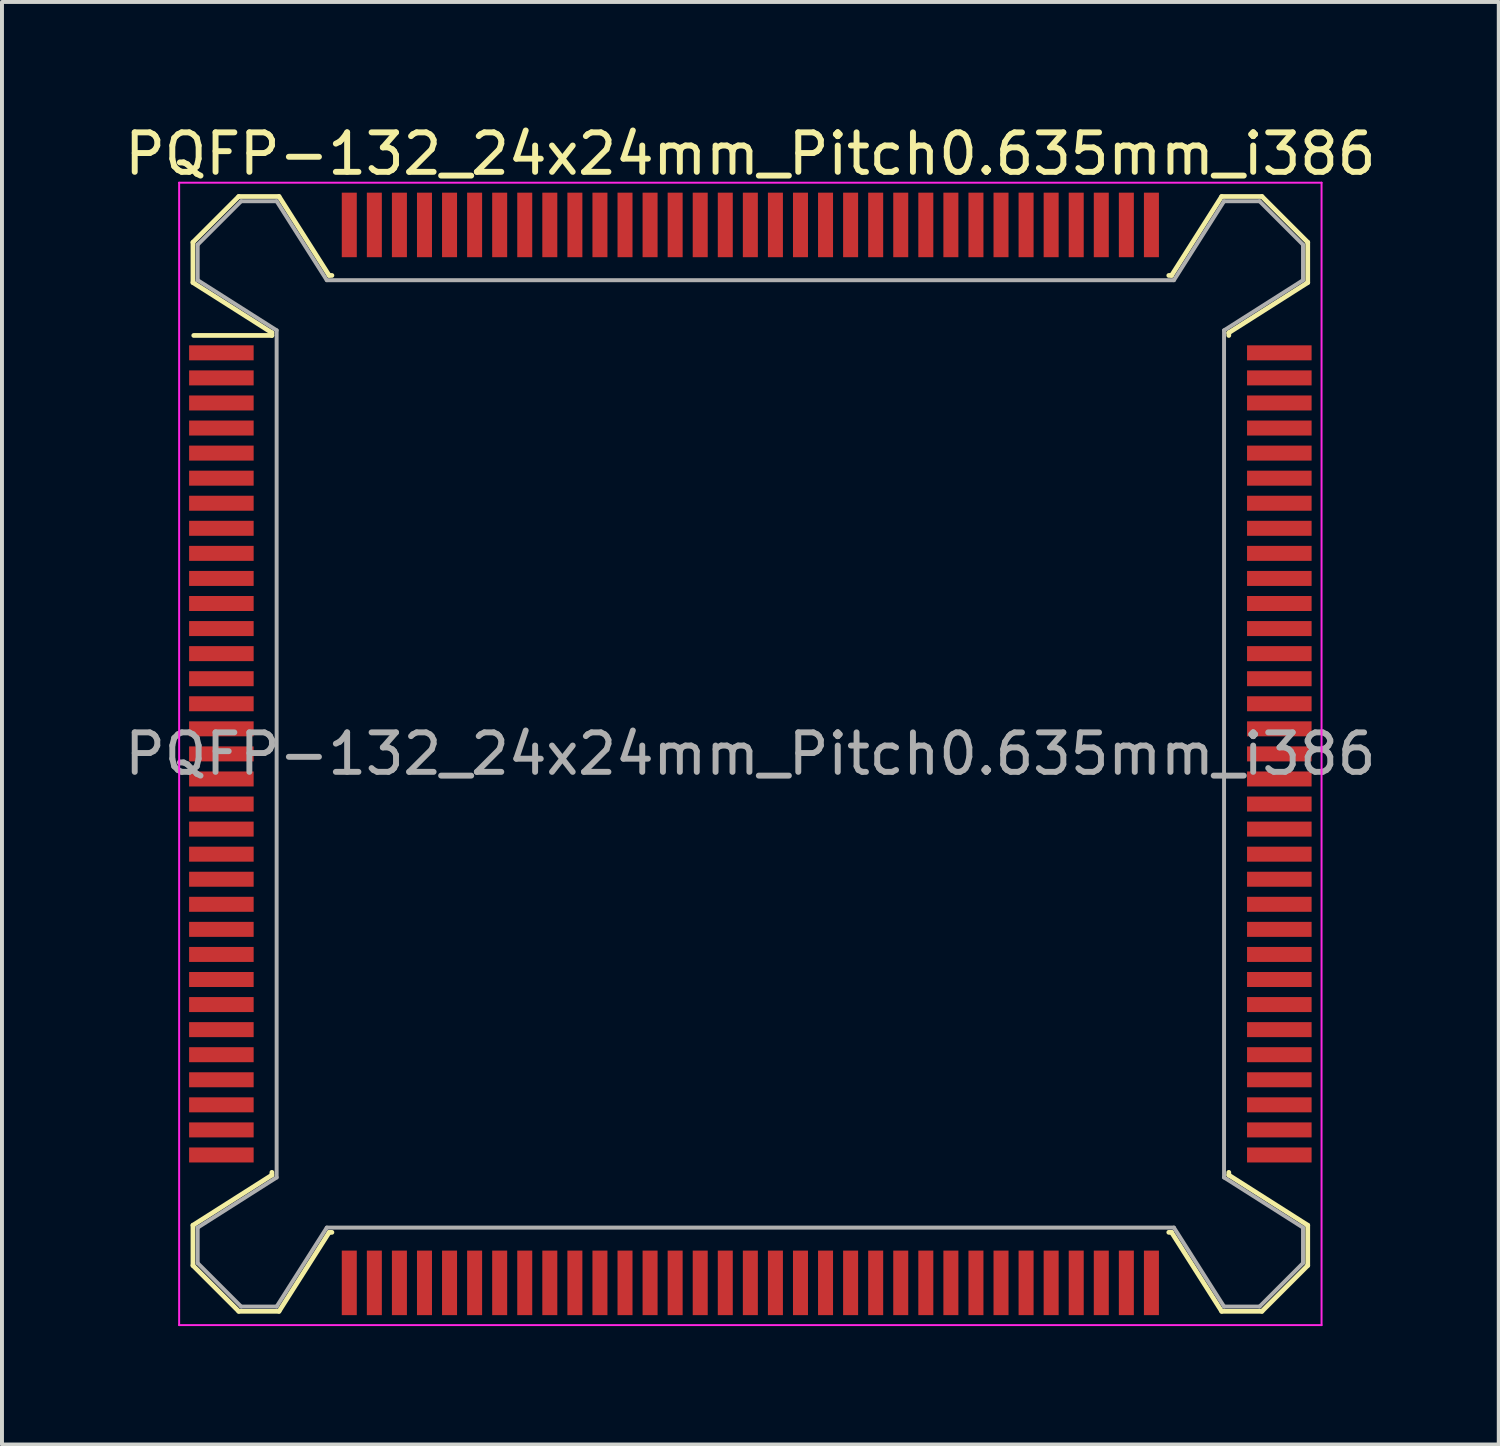
<source format=kicad_pcb>
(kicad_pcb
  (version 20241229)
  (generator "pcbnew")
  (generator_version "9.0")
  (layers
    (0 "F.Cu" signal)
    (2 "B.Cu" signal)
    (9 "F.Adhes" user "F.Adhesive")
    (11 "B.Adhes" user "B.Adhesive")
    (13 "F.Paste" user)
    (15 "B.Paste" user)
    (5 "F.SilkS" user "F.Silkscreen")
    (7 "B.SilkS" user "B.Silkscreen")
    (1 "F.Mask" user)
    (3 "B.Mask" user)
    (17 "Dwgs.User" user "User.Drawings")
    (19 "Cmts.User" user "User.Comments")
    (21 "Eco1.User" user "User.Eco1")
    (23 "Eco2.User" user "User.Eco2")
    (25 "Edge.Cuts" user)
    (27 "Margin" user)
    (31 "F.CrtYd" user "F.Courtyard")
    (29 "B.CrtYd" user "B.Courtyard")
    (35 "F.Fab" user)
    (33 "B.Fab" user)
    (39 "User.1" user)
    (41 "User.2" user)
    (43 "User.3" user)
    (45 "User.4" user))
  (footprint "PQFP-132_24x24mm_Pitch0.635mm_i386"
    (layer "F.Cu")
    (at 15.958 16.048)
    (property "Reference" "PQFP-132_24x24mm_Pitch0.635mm_i386" (at 0 -15.2 0) (layer "F.SilkS") (effects (font (size 1 1) (thickness 0.15))))
    (attr smd)
    (fp_line (start -14.12 -12.96) (end -12.96 -14.12) (stroke (width 0.12) (type solid)) (layer "F.SilkS"))
    (fp_line (start -14.12 -11.94) (end -14.12 -12.96) (stroke (width 0.12) (type solid)) (layer "F.SilkS"))
    (fp_line (start -14.12 -11.94) (end -12.12 -10.67) (stroke (width 0.12) (type solid)) (layer "F.SilkS"))
    (fp_line (start -14.12 11.94) (end -14.12 12.96) (stroke (width 0.12) (type solid)) (layer "F.SilkS"))
    (fp_line (start -14.12 11.94) (end -12.12 10.67) (stroke (width 0.12) (type solid)) (layer "F.SilkS"))
    (fp_line (start -14.12 12.96) (end -12.96 14.12) (stroke (width 0.12) (type solid)) (layer "F.SilkS"))
    (fp_line (start -14.1 -10.6) (end -12.12 -10.6) (stroke (width 0.12) (type solid)) (layer "F.SilkS"))
    (fp_line (start -12.12 -10.67) (end -12.12 -10.6) (stroke (width 0.12) (type solid)) (layer "F.SilkS"))
    (fp_line (start -12.12 10.67) (end -12.12 10.6) (stroke (width 0.12) (type solid)) (layer "F.SilkS"))
    (fp_line (start -11.94 -14.12) (end -12.96 -14.12) (stroke (width 0.12) (type solid)) (layer "F.SilkS"))
    (fp_line (start -11.94 14.12) (end -12.96 14.12) (stroke (width 0.12) (type solid)) (layer "F.SilkS"))
    (fp_line (start -10.67 -12.12) (end -11.94 -14.12) (stroke (width 0.12) (type solid)) (layer "F.SilkS"))
    (fp_line (start -10.67 12.12) (end -11.94 14.12) (stroke (width 0.12) (type solid)) (layer "F.SilkS"))
    (fp_line (start -10.6 -12.12) (end -10.67 -12.12) (stroke (width 0.12) (type solid)) (layer "F.SilkS"))
    (fp_line (start -10.6 12.12) (end -10.67 12.12) (stroke (width 0.12) (type solid)) (layer "F.SilkS"))
    (fp_line (start 10.6 -12.12) (end 10.67 -12.12) (stroke (width 0.12) (type solid)) (layer "F.SilkS"))
    (fp_line (start 10.6 12.12) (end 10.67 12.12) (stroke (width 0.12) (type solid)) (layer "F.SilkS"))
    (fp_line (start 10.67 -12.12) (end 11.94 -14.12) (stroke (width 0.12) (type solid)) (layer "F.SilkS"))
    (fp_line (start 10.67 12.12) (end 11.94 14.12) (stroke (width 0.12) (type solid)) (layer "F.SilkS"))
    (fp_line (start 11.94 -14.12) (end 12.96 -14.12) (stroke (width 0.12) (type solid)) (layer "F.SilkS"))
    (fp_line (start 11.94 14.12) (end 12.96 14.12) (stroke (width 0.12) (type solid)) (layer "F.SilkS"))
    (fp_line (start 12.12 -10.67) (end 12.12 -10.6) (stroke (width 0.12) (type solid)) (layer "F.SilkS"))
    (fp_line (start 12.12 10.67) (end 12.12 10.6) (stroke (width 0.12) (type solid)) (layer "F.SilkS"))
    (fp_line (start 14.12 -12.96) (end 12.96 -14.12) (stroke (width 0.12) (type solid)) (layer "F.SilkS"))
    (fp_line (start 14.12 -11.94) (end 12.12 -10.67) (stroke (width 0.12) (type solid)) (layer "F.SilkS"))
    (fp_line (start 14.12 -11.94) (end 14.12 -12.96) (stroke (width 0.12) (type solid)) (layer "F.SilkS"))
    (fp_line (start 14.12 11.94) (end 12.12 10.67) (stroke (width 0.12) (type solid)) (layer "F.SilkS"))
    (fp_line (start 14.12 11.94) (end 14.12 12.96) (stroke (width 0.12) (type solid)) (layer "F.SilkS"))
    (fp_line (start 14.12 12.96) (end 12.96 14.12) (stroke (width 0.12) (type solid)) (layer "F.SilkS"))
    (fp_line (start -14.47 -14.47) (end -14.47 14.47) (stroke (width 0.05) (type solid)) (layer "F.CrtYd"))
    (fp_line (start 14.47 -14.47) (end -14.47 -14.47) (stroke (width 0.05) (type solid)) (layer "F.CrtYd"))
    (fp_line (start 14.47 -14.47) (end 14.47 14.47) (stroke (width 0.05) (type solid)) (layer "F.CrtYd"))
    (fp_line (start 14.47 14.47) (end -14.47 14.47) (stroke (width 0.05) (type solid)) (layer "F.CrtYd"))
    (fp_line (start -14 -12.9) (end -12.9 -14) (stroke (width 0.1) (type solid)) (layer "F.Fab"))
    (fp_line (start -14 -12) (end -14 -12.9) (stroke (width 0.1) (type solid)) (layer "F.Fab"))
    (fp_line (start -14 -12) (end -12 -10.73) (stroke (width 0.1) (type solid)) (layer "F.Fab"))
    (fp_line (start -14 12) (end -14 12.9) (stroke (width 0.1) (type solid)) (layer "F.Fab"))
    (fp_line (start -14 12) (end -12 10.73) (stroke (width 0.1) (type solid)) (layer "F.Fab"))
    (fp_line (start -14 12.9) (end -12.9 14) (stroke (width 0.1) (type solid)) (layer "F.Fab"))
    (fp_line (start -12.9 -14) (end -12 -14) (stroke (width 0.1) (type solid)) (layer "F.Fab"))
    (fp_line (start -12.9 14) (end -12 14) (stroke (width 0.1) (type solid)) (layer "F.Fab"))
    (fp_line (start -12 -14) (end -10.73 -12) (stroke (width 0.1) (type solid)) (layer "F.Fab"))
    (fp_line (start -12 10.73) (end -12 -10.73) (stroke (width 0.1) (type solid)) (layer "F.Fab"))
    (fp_line (start -12 14) (end -10.73 12) (stroke (width 0.1) (type solid)) (layer "F.Fab"))
    (fp_line (start -10.73 -12) (end 10.73 -12) (stroke (width 0.1) (type solid)) (layer "F.Fab"))
    (fp_line (start 10.73 12) (end -10.73 12) (stroke (width 0.1) (type solid)) (layer "F.Fab"))
    (fp_line (start 12 -14) (end 10.73 -12) (stroke (width 0.1) (type solid)) (layer "F.Fab"))
    (fp_line (start 12 -10.73) (end 12 10.73) (stroke (width 0.1) (type solid)) (layer "F.Fab"))
    (fp_line (start 12 14) (end 10.73 12) (stroke (width 0.1) (type solid)) (layer "F.Fab"))
    (fp_line (start 12.9 -14) (end 12 -14) (stroke (width 0.1) (type solid)) (layer "F.Fab"))
    (fp_line (start 12.9 14) (end 12 14) (stroke (width 0.1) (type solid)) (layer "F.Fab"))
    (fp_line (start 14 -12.9) (end 12.9 -14) (stroke (width 0.1) (type solid)) (layer "F.Fab"))
    (fp_line (start 14 -12) (end 12 -10.73) (stroke (width 0.1) (type solid)) (layer "F.Fab"))
    (fp_line (start 14 -12) (end 14 -12.9) (stroke (width 0.1) (type solid)) (layer "F.Fab"))
    (fp_line (start 14 12) (end 12 10.73) (stroke (width 0.1) (type solid)) (layer "F.Fab"))
    (fp_line (start 14 12) (end 14 12.9) (stroke (width 0.1) (type solid)) (layer "F.Fab"))
    (fp_line (start 14 12.9) (end 12.9 14) (stroke (width 0.1) (type solid)) (layer "F.Fab"))
    (fp_text user "${REFERENCE}" (at 0 0 0) (layer "F.Fab") (effects (font (size 1 1) (thickness 0.15))))
    (pad "1" smd rect (at -13.4 -10.16) (size 1.635 0.38) (layers "F.Cu" "F.Mask" "F.Paste"))
    (pad "2" smd rect (at -13.4 -9.525) (size 1.635 0.38) (layers "F.Cu" "F.Mask" "F.Paste"))
    (pad "3" smd rect (at -13.4 -8.89) (size 1.635 0.38) (layers "F.Cu" "F.Mask" "F.Paste"))
    (pad "4" smd rect (at -13.4 -8.255) (size 1.635 0.38) (layers "F.Cu" "F.Mask" "F.Paste"))
    (pad "5" smd rect (at -13.4 -7.62) (size 1.635 0.38) (layers "F.Cu" "F.Mask" "F.Paste"))
    (pad "6" smd rect (at -13.4 -6.985) (size 1.635 0.38) (layers "F.Cu" "F.Mask" "F.Paste"))
    (pad "7" smd rect (at -13.4 -6.35) (size 1.635 0.38) (layers "F.Cu" "F.Mask" "F.Paste"))
    (pad "8" smd rect (at -13.4 -5.715) (size 1.635 0.38) (layers "F.Cu" "F.Mask" "F.Paste"))
    (pad "9" smd rect (at -13.4 -5.08) (size 1.635 0.38) (layers "F.Cu" "F.Mask" "F.Paste"))
    (pad "10" smd rect (at -13.4 -4.445) (size 1.635 0.38) (layers "F.Cu" "F.Mask" "F.Paste"))
    (pad "11" smd rect (at -13.4 -3.81) (size 1.635 0.38) (layers "F.Cu" "F.Mask" "F.Paste"))
    (pad "12" smd rect (at -13.4 -3.175) (size 1.635 0.38) (layers "F.Cu" "F.Mask" "F.Paste"))
    (pad "13" smd rect (at -13.4 -2.54) (size 1.635 0.38) (layers "F.Cu" "F.Mask" "F.Paste"))
    (pad "14" smd rect (at -13.4 -1.905) (size 1.635 0.38) (layers "F.Cu" "F.Mask" "F.Paste"))
    (pad "15" smd rect (at -13.4 -1.27) (size 1.635 0.38) (layers "F.Cu" "F.Mask" "F.Paste"))
    (pad "16" smd rect (at -13.4 -0.635) (size 1.635 0.38) (layers "F.Cu" "F.Mask" "F.Paste"))
    (pad "17" smd rect (at -13.4 0) (size 1.635 0.38) (layers "F.Cu" "F.Mask" "F.Paste"))
    (pad "18" smd rect (at -13.4 0.635) (size 1.635 0.38) (layers "F.Cu" "F.Mask" "F.Paste"))
    (pad "19" smd rect (at -13.4 1.27) (size 1.635 0.38) (layers "F.Cu" "F.Mask" "F.Paste"))
    (pad "20" smd rect (at -13.4 1.905) (size 1.635 0.38) (layers "F.Cu" "F.Mask" "F.Paste"))
    (pad "21" smd rect (at -13.4 2.54) (size 1.635 0.38) (layers "F.Cu" "F.Mask" "F.Paste"))
    (pad "22" smd rect (at -13.4 3.175) (size 1.635 0.38) (layers "F.Cu" "F.Mask" "F.Paste"))
    (pad "23" smd rect (at -13.4 3.81) (size 1.635 0.38) (layers "F.Cu" "F.Mask" "F.Paste"))
    (pad "24" smd rect (at -13.4 4.445) (size 1.635 0.38) (layers "F.Cu" "F.Mask" "F.Paste"))
    (pad "25" smd rect (at -13.4 5.08) (size 1.635 0.38) (layers "F.Cu" "F.Mask" "F.Paste"))
    (pad "26" smd rect (at -13.4 5.715) (size 1.635 0.38) (layers "F.Cu" "F.Mask" "F.Paste"))
    (pad "27" smd rect (at -13.4 6.35) (size 1.635 0.38) (layers "F.Cu" "F.Mask" "F.Paste"))
    (pad "28" smd rect (at -13.4 6.985) (size 1.635 0.38) (layers "F.Cu" "F.Mask" "F.Paste"))
    (pad "29" smd rect (at -13.4 7.62) (size 1.635 0.38) (layers "F.Cu" "F.Mask" "F.Paste"))
    (pad "30" smd rect (at -13.4 8.255) (size 1.635 0.38) (layers "F.Cu" "F.Mask" "F.Paste"))
    (pad "31" smd rect (at -13.4 8.89) (size 1.635 0.38) (layers "F.Cu" "F.Mask" "F.Paste"))
    (pad "32" smd rect (at -13.4 9.525) (size 1.635 0.38) (layers "F.Cu" "F.Mask" "F.Paste"))
    (pad "33" smd rect (at -13.4 10.16) (size 1.635 0.38) (layers "F.Cu" "F.Mask" "F.Paste"))
    (pad "34" smd rect (at -10.16 13.4) (size 0.38 1.635) (layers "F.Cu" "F.Mask" "F.Paste"))
    (pad "35" smd rect (at -9.525 13.4) (size 0.38 1.635) (layers "F.Cu" "F.Mask" "F.Paste"))
    (pad "36" smd rect (at -8.89 13.4) (size 0.38 1.635) (layers "F.Cu" "F.Mask" "F.Paste"))
    (pad "37" smd rect (at -8.255 13.4) (size 0.38 1.635) (layers "F.Cu" "F.Mask" "F.Paste"))
    (pad "38" smd rect (at -7.62 13.4) (size 0.38 1.635) (layers "F.Cu" "F.Mask" "F.Paste"))
    (pad "39" smd rect (at -6.985 13.4) (size 0.38 1.635) (layers "F.Cu" "F.Mask" "F.Paste"))
    (pad "40" smd rect (at -6.35 13.4) (size 0.38 1.635) (layers "F.Cu" "F.Mask" "F.Paste"))
    (pad "41" smd rect (at -5.715 13.4) (size 0.38 1.635) (layers "F.Cu" "F.Mask" "F.Paste"))
    (pad "42" smd rect (at -5.08 13.4) (size 0.38 1.635) (layers "F.Cu" "F.Mask" "F.Paste"))
    (pad "43" smd rect (at -4.445 13.4) (size 0.38 1.635) (layers "F.Cu" "F.Mask" "F.Paste"))
    (pad "44" smd rect (at -3.81 13.4) (size 0.38 1.635) (layers "F.Cu" "F.Mask" "F.Paste"))
    (pad "45" smd rect (at -3.175 13.4) (size 0.38 1.635) (layers "F.Cu" "F.Mask" "F.Paste"))
    (pad "46" smd rect (at -2.54 13.4) (size 0.38 1.635) (layers "F.Cu" "F.Mask" "F.Paste"))
    (pad "47" smd rect (at -1.905 13.4) (size 0.38 1.635) (layers "F.Cu" "F.Mask" "F.Paste"))
    (pad "48" smd rect (at -1.27 13.4) (size 0.38 1.635) (layers "F.Cu" "F.Mask" "F.Paste"))
    (pad "49" smd rect (at -0.635 13.4) (size 0.38 1.635) (layers "F.Cu" "F.Mask" "F.Paste"))
    (pad "50" smd rect (at 0 13.4) (size 0.38 1.635) (layers "F.Cu" "F.Mask" "F.Paste"))
    (pad "51" smd rect (at 0.635 13.4) (size 0.38 1.635) (layers "F.Cu" "F.Mask" "F.Paste"))
    (pad "52" smd rect (at 1.27 13.4) (size 0.38 1.635) (layers "F.Cu" "F.Mask" "F.Paste"))
    (pad "53" smd rect (at 1.905 13.4) (size 0.38 1.635) (layers "F.Cu" "F.Mask" "F.Paste"))
    (pad "54" smd rect (at 2.54 13.4) (size 0.38 1.635) (layers "F.Cu" "F.Mask" "F.Paste"))
    (pad "55" smd rect (at 3.175 13.4) (size 0.38 1.635) (layers "F.Cu" "F.Mask" "F.Paste"))
    (pad "56" smd rect (at 3.81 13.4) (size 0.38 1.635) (layers "F.Cu" "F.Mask" "F.Paste"))
    (pad "57" smd rect (at 4.445 13.4) (size 0.38 1.635) (layers "F.Cu" "F.Mask" "F.Paste"))
    (pad "58" smd rect (at 5.08 13.4) (size 0.38 1.635) (layers "F.Cu" "F.Mask" "F.Paste"))
    (pad "59" smd rect (at 5.715 13.4) (size 0.38 1.635) (layers "F.Cu" "F.Mask" "F.Paste"))
    (pad "60" smd rect (at 6.35 13.4) (size 0.38 1.635) (layers "F.Cu" "F.Mask" "F.Paste"))
    (pad "61" smd rect (at 6.985 13.4) (size 0.38 1.635) (layers "F.Cu" "F.Mask" "F.Paste"))
    (pad "62" smd rect (at 7.62 13.4) (size 0.38 1.635) (layers "F.Cu" "F.Mask" "F.Paste"))
    (pad "63" smd rect (at 8.255 13.4) (size 0.38 1.635) (layers "F.Cu" "F.Mask" "F.Paste"))
    (pad "64" smd rect (at 8.89 13.4) (size 0.38 1.635) (layers "F.Cu" "F.Mask" "F.Paste"))
    (pad "65" smd rect (at 9.525 13.4) (size 0.38 1.635) (layers "F.Cu" "F.Mask" "F.Paste"))
    (pad "66" smd rect (at 10.16 13.4) (size 0.38 1.635) (layers "F.Cu" "F.Mask" "F.Paste"))
    (pad "67" smd rect (at 13.4 10.16) (size 1.635 0.38) (layers "F.Cu" "F.Mask" "F.Paste"))
    (pad "68" smd rect (at 13.4 9.525) (size 1.635 0.38) (layers "F.Cu" "F.Mask" "F.Paste"))
    (pad "69" smd rect (at 13.4 8.89) (size 1.635 0.38) (layers "F.Cu" "F.Mask" "F.Paste"))
    (pad "70" smd rect (at 13.4 8.255) (size 1.635 0.38) (layers "F.Cu" "F.Mask" "F.Paste"))
    (pad "71" smd rect (at 13.4 7.62) (size 1.635 0.38) (layers "F.Cu" "F.Mask" "F.Paste"))
    (pad "72" smd rect (at 13.4 6.985) (size 1.635 0.38) (layers "F.Cu" "F.Mask" "F.Paste"))
    (pad "73" smd rect (at 13.4 6.35) (size 1.635 0.38) (layers "F.Cu" "F.Mask" "F.Paste"))
    (pad "74" smd rect (at 13.4 5.715) (size 1.635 0.38) (layers "F.Cu" "F.Mask" "F.Paste"))
    (pad "75" smd rect (at 13.4 5.08) (size 1.635 0.38) (layers "F.Cu" "F.Mask" "F.Paste"))
    (pad "76" smd rect (at 13.4 4.445) (size 1.635 0.38) (layers "F.Cu" "F.Mask" "F.Paste"))
    (pad "77" smd rect (at 13.4 3.81) (size 1.635 0.38) (layers "F.Cu" "F.Mask" "F.Paste"))
    (pad "78" smd rect (at 13.4 3.175) (size 1.635 0.38) (layers "F.Cu" "F.Mask" "F.Paste"))
    (pad "79" smd rect (at 13.4 2.54) (size 1.635 0.38) (layers "F.Cu" "F.Mask" "F.Paste"))
    (pad "80" smd rect (at 13.4 1.905) (size 1.635 0.38) (layers "F.Cu" "F.Mask" "F.Paste"))
    (pad "81" smd rect (at 13.4 1.27) (size 1.635 0.38) (layers "F.Cu" "F.Mask" "F.Paste"))
    (pad "82" smd rect (at 13.4 0.635) (size 1.635 0.38) (layers "F.Cu" "F.Mask" "F.Paste"))
    (pad "83" smd rect (at 13.4 0) (size 1.635 0.38) (layers "F.Cu" "F.Mask" "F.Paste"))
    (pad "84" smd rect (at 13.4 -0.635) (size 1.635 0.38) (layers "F.Cu" "F.Mask" "F.Paste"))
    (pad "85" smd rect (at 13.4 -1.27) (size 1.635 0.38) (layers "F.Cu" "F.Mask" "F.Paste"))
    (pad "86" smd rect (at 13.4 -1.905) (size 1.635 0.38) (layers "F.Cu" "F.Mask" "F.Paste"))
    (pad "87" smd rect (at 13.4 -2.54) (size 1.635 0.38) (layers "F.Cu" "F.Mask" "F.Paste"))
    (pad "88" smd rect (at 13.4 -3.175) (size 1.635 0.38) (layers "F.Cu" "F.Mask" "F.Paste"))
    (pad "89" smd rect (at 13.4 -3.81) (size 1.635 0.38) (layers "F.Cu" "F.Mask" "F.Paste"))
    (pad "90" smd rect (at 13.4 -4.445) (size 1.635 0.38) (layers "F.Cu" "F.Mask" "F.Paste"))
    (pad "91" smd rect (at 13.4 -5.08) (size 1.635 0.38) (layers "F.Cu" "F.Mask" "F.Paste"))
    (pad "92" smd rect (at 13.4 -5.715) (size 1.635 0.38) (layers "F.Cu" "F.Mask" "F.Paste"))
    (pad "93" smd rect (at 13.4 -6.35) (size 1.635 0.38) (layers "F.Cu" "F.Mask" "F.Paste"))
    (pad "94" smd rect (at 13.4 -6.985) (size 1.635 0.38) (layers "F.Cu" "F.Mask" "F.Paste"))
    (pad "95" smd rect (at 13.4 -7.62) (size 1.635 0.38) (layers "F.Cu" "F.Mask" "F.Paste"))
    (pad "96" smd rect (at 13.4 -8.255) (size 1.635 0.38) (layers "F.Cu" "F.Mask" "F.Paste"))
    (pad "97" smd rect (at 13.4 -8.89) (size 1.635 0.38) (layers "F.Cu" "F.Mask" "F.Paste"))
    (pad "98" smd rect (at 13.4 -9.525) (size 1.635 0.38) (layers "F.Cu" "F.Mask" "F.Paste"))
    (pad "99" smd rect (at 13.4 -10.16) (size 1.635 0.38) (layers "F.Cu" "F.Mask" "F.Paste"))
    (pad "100" smd rect (at 10.16 -13.4) (size 0.38 1.635) (layers "F.Cu" "F.Mask" "F.Paste"))
    (pad "101" smd rect (at 9.525 -13.4) (size 0.38 1.635) (layers "F.Cu" "F.Mask" "F.Paste"))
    (pad "102" smd rect (at 8.89 -13.4) (size 0.38 1.635) (layers "F.Cu" "F.Mask" "F.Paste"))
    (pad "103" smd rect (at 8.255 -13.4) (size 0.38 1.635) (layers "F.Cu" "F.Mask" "F.Paste"))
    (pad "104" smd rect (at 7.62 -13.4) (size 0.38 1.635) (layers "F.Cu" "F.Mask" "F.Paste"))
    (pad "105" smd rect (at 6.985 -13.4) (size 0.38 1.635) (layers "F.Cu" "F.Mask" "F.Paste"))
    (pad "106" smd rect (at 6.35 -13.4) (size 0.38 1.635) (layers "F.Cu" "F.Mask" "F.Paste"))
    (pad "107" smd rect (at 5.715 -13.4) (size 0.38 1.635) (layers "F.Cu" "F.Mask" "F.Paste"))
    (pad "108" smd rect (at 5.08 -13.4) (size 0.38 1.635) (layers "F.Cu" "F.Mask" "F.Paste"))
    (pad "109" smd rect (at 4.445 -13.4) (size 0.38 1.635) (layers "F.Cu" "F.Mask" "F.Paste"))
    (pad "110" smd rect (at 3.81 -13.4) (size 0.38 1.635) (layers "F.Cu" "F.Mask" "F.Paste"))
    (pad "111" smd rect (at 3.175 -13.4) (size 0.38 1.635) (layers "F.Cu" "F.Mask" "F.Paste"))
    (pad "112" smd rect (at 2.54 -13.4) (size 0.38 1.635) (layers "F.Cu" "F.Mask" "F.Paste"))
    (pad "113" smd rect (at 1.905 -13.4) (size 0.38 1.635) (layers "F.Cu" "F.Mask" "F.Paste"))
    (pad "114" smd rect (at 1.27 -13.4) (size 0.38 1.635) (layers "F.Cu" "F.Mask" "F.Paste"))
    (pad "115" smd rect (at 0.635 -13.4) (size 0.38 1.635) (layers "F.Cu" "F.Mask" "F.Paste"))
    (pad "116" smd rect (at 0 -13.4) (size 0.38 1.635) (layers "F.Cu" "F.Mask" "F.Paste"))
    (pad "117" smd rect (at -0.635 -13.4) (size 0.38 1.635) (layers "F.Cu" "F.Mask" "F.Paste"))
    (pad "118" smd rect (at -1.27 -13.4) (size 0.38 1.635) (layers "F.Cu" "F.Mask" "F.Paste"))
    (pad "119" smd rect (at -1.905 -13.4) (size 0.38 1.635) (layers "F.Cu" "F.Mask" "F.Paste"))
    (pad "120" smd rect (at -2.54 -13.4) (size 0.38 1.635) (layers "F.Cu" "F.Mask" "F.Paste"))
    (pad "121" smd rect (at -3.175 -13.4) (size 0.38 1.635) (layers "F.Cu" "F.Mask" "F.Paste"))
    (pad "122" smd rect (at -3.81 -13.4) (size 0.38 1.635) (layers "F.Cu" "F.Mask" "F.Paste"))
    (pad "123" smd rect (at -4.445 -13.4) (size 0.38 1.635) (layers "F.Cu" "F.Mask" "F.Paste"))
    (pad "124" smd rect (at -5.08 -13.4) (size 0.38 1.635) (layers "F.Cu" "F.Mask" "F.Paste"))
    (pad "125" smd rect (at -5.715 -13.4) (size 0.38 1.635) (layers "F.Cu" "F.Mask" "F.Paste"))
    (pad "126" smd rect (at -6.35 -13.4) (size 0.38 1.635) (layers "F.Cu" "F.Mask" "F.Paste"))
    (pad "127" smd rect (at -6.985 -13.4) (size 0.38 1.635) (layers "F.Cu" "F.Mask" "F.Paste"))
    (pad "128" smd rect (at -7.62 -13.4) (size 0.38 1.635) (layers "F.Cu" "F.Mask" "F.Paste"))
    (pad "129" smd rect (at -8.255 -13.4) (size 0.38 1.635) (layers "F.Cu" "F.Mask" "F.Paste"))
    (pad "130" smd rect (at -8.89 -13.4) (size 0.38 1.635) (layers "F.Cu" "F.Mask" "F.Paste"))
    (pad "131" smd rect (at -9.525 -13.4) (size 0.38 1.635) (layers "F.Cu" "F.Mask" "F.Paste"))
    (pad "132" smd rect (at -10.16 -13.4) (size 0.38 1.635) (layers "F.Cu" "F.Mask" "F.Paste")))
  (gr_rect
    (start -3 -3)
    (end 34.917 33.543)
    (stroke (width 0.1) (type default))
    (fill no)
    (layer "Edge.Cuts")))
</source>
